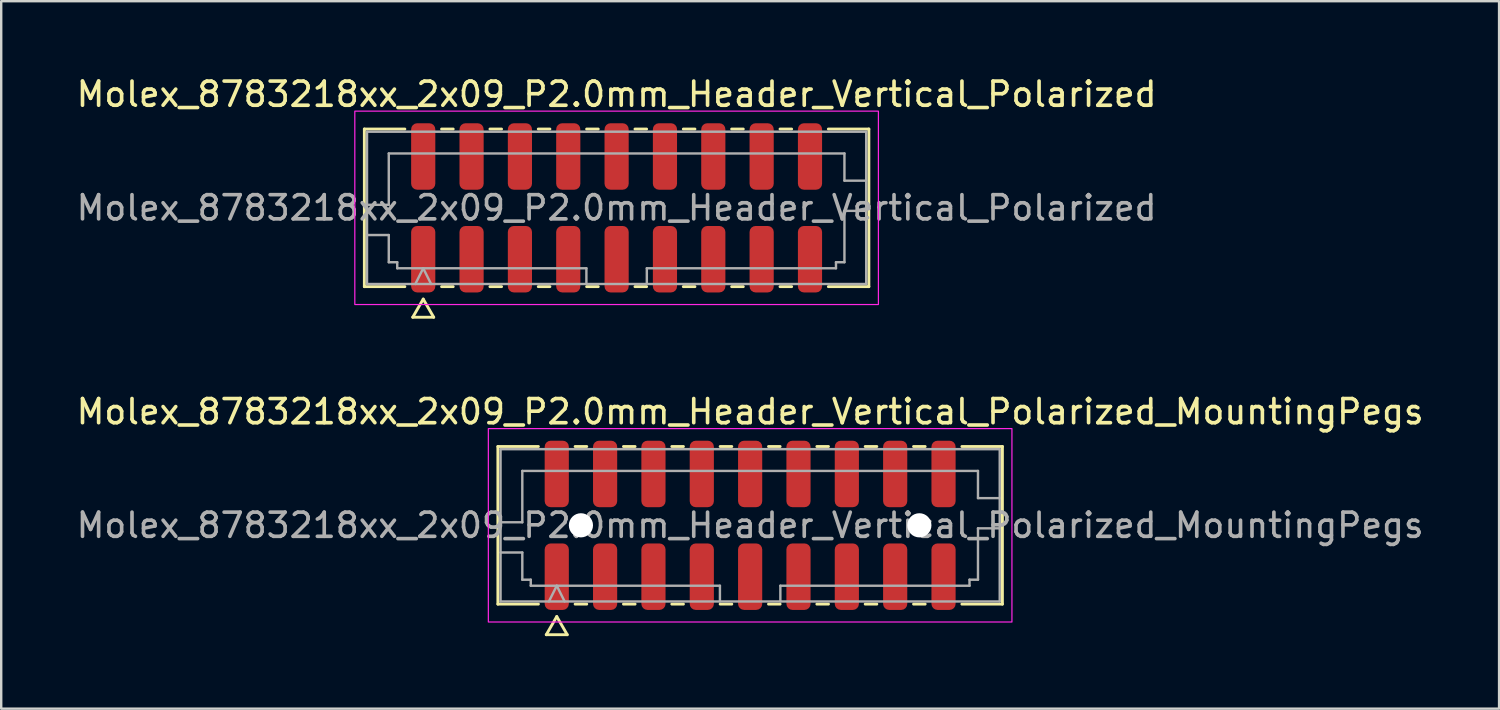
<source format=kicad_pcb>
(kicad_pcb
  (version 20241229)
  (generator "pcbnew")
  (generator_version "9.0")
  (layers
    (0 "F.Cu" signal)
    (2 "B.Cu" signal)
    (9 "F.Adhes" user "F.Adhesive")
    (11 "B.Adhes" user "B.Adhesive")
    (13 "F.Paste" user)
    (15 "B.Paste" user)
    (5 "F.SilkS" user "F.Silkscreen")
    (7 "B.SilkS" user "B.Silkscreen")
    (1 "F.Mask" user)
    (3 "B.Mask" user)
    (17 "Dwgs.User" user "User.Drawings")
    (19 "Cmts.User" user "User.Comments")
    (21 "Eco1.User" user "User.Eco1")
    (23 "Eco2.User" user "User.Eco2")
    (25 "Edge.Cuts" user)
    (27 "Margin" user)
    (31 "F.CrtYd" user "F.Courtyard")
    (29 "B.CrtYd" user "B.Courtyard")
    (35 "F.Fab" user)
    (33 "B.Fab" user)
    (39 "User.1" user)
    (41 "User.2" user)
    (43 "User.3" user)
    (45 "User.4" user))
  (footprint "Molex_8783218xx_2x09_P2.0mm_Header_Vertical_Polarized"
    (layer "F.Cu")
    (at 22.458 5.548)
    (property "Reference" "Molex_8783218xx_2x09_P2.0mm_Header_Vertical_Polarized" (at 0 -4.7 0) (layer "F.SilkS") (effects (font (size 1 1) (thickness 0.15))))
    (attr smd)
    (fp_line (start -10.435 -3.26) (end -8.76 -3.26) (stroke (width 0.12) (type solid)) (layer "F.SilkS"))
    (fp_line (start -10.435 3.26) (end -10.435 -3.26) (stroke (width 0.12) (type solid)) (layer "F.SilkS"))
    (fp_line (start -8.76 3.26) (end -10.435 3.26) (stroke (width 0.12) (type solid)) (layer "F.SilkS"))
    (fp_line (start -8.433 4.525) (end -8 3.775) (stroke (width 0.12) (type solid)) (layer "F.SilkS"))
    (fp_line (start -8 3.775) (end -7.567 4.525) (stroke (width 0.12) (type solid)) (layer "F.SilkS"))
    (fp_line (start -7.567 4.525) (end -8.433 4.525) (stroke (width 0.12) (type solid)) (layer "F.SilkS"))
    (fp_line (start -7.24 -3.26) (end -6.76 -3.26) (stroke (width 0.12) (type solid)) (layer "F.SilkS"))
    (fp_line (start -6.76 3.26) (end -7.24 3.26) (stroke (width 0.12) (type solid)) (layer "F.SilkS"))
    (fp_line (start -5.24 -3.26) (end -4.76 -3.26) (stroke (width 0.12) (type solid)) (layer "F.SilkS"))
    (fp_line (start -4.76 3.26) (end -5.24 3.26) (stroke (width 0.12) (type solid)) (layer "F.SilkS"))
    (fp_line (start -3.24 -3.26) (end -2.76 -3.26) (stroke (width 0.12) (type solid)) (layer "F.SilkS"))
    (fp_line (start -2.76 3.26) (end -3.24 3.26) (stroke (width 0.12) (type solid)) (layer "F.SilkS"))
    (fp_line (start -1.24 -3.26) (end -0.76 -3.26) (stroke (width 0.12) (type solid)) (layer "F.SilkS"))
    (fp_line (start -0.76 3.26) (end -1.24 3.26) (stroke (width 0.12) (type solid)) (layer "F.SilkS"))
    (fp_line (start 0.76 -3.26) (end 1.24 -3.26) (stroke (width 0.12) (type solid)) (layer "F.SilkS"))
    (fp_line (start 1.24 3.26) (end 0.76 3.26) (stroke (width 0.12) (type solid)) (layer "F.SilkS"))
    (fp_line (start 2.76 -3.26) (end 3.24 -3.26) (stroke (width 0.12) (type solid)) (layer "F.SilkS"))
    (fp_line (start 3.24 3.26) (end 2.76 3.26) (stroke (width 0.12) (type solid)) (layer "F.SilkS"))
    (fp_line (start 4.76 -3.26) (end 5.24 -3.26) (stroke (width 0.12) (type solid)) (layer "F.SilkS"))
    (fp_line (start 5.24 3.26) (end 4.76 3.26) (stroke (width 0.12) (type solid)) (layer "F.SilkS"))
    (fp_line (start 6.76 -3.26) (end 7.24 -3.26) (stroke (width 0.12) (type solid)) (layer "F.SilkS"))
    (fp_line (start 7.24 3.26) (end 6.76 3.26) (stroke (width 0.12) (type solid)) (layer "F.SilkS"))
    (fp_line (start 8.76 -3.26) (end 10.435 -3.26) (stroke (width 0.12) (type solid)) (layer "F.SilkS"))
    (fp_line (start 10.435 -3.26) (end 10.435 3.26) (stroke (width 0.12) (type solid)) (layer "F.SilkS"))
    (fp_line (start 10.435 3.26) (end 8.76 3.26) (stroke (width 0.12) (type solid)) (layer "F.SilkS"))
    (fp_rect (start -10.83 -4) (end 10.83 4) (stroke (width 0.05) (type solid)) (fill no) (layer "F.CrtYd"))
    (fp_line (start -10.325 -3.15) (end 10.325 -3.15) (stroke (width 0.1) (type solid)) (layer "F.Fab"))
    (fp_line (start -10.325 -0.125) (end -9.425 -0.125) (stroke (width 0.1) (type solid)) (layer "F.Fab"))
    (fp_line (start -10.325 1.125) (end -9.425 1.125) (stroke (width 0.1) (type solid)) (layer "F.Fab"))
    (fp_line (start -10.325 3.15) (end -10.325 -3.15) (stroke (width 0.1) (type solid)) (layer "F.Fab"))
    (fp_line (start -9.425 -2.25) (end 9.425 -2.25) (stroke (width 0.1) (type solid)) (layer "F.Fab"))
    (fp_line (start -9.425 -0.125) (end -9.425 -2.25) (stroke (width 0.1) (type solid)) (layer "F.Fab"))
    (fp_line (start -9.425 1.125) (end -9.425 2.25) (stroke (width 0.1) (type solid)) (layer "F.Fab"))
    (fp_line (start -9.425 2.25) (end -9.075 2.25) (stroke (width 0.1) (type solid)) (layer "F.Fab"))
    (fp_line (start -9.075 2.25) (end -9.075 2.5) (stroke (width 0.1) (type solid)) (layer "F.Fab"))
    (fp_line (start -9.075 2.5) (end -1.25 2.5) (stroke (width 0.1) (type solid)) (layer "F.Fab"))
    (fp_line (start -8.325 3.15) (end -8 2.5) (stroke (width 0.1) (type solid)) (layer "F.Fab"))
    (fp_line (start -8 2.5) (end -7.675 3.15) (stroke (width 0.1) (type solid)) (layer "F.Fab"))
    (fp_line (start -1.25 2.5) (end -1.25 3.15) (stroke (width 0.1) (type solid)) (layer "F.Fab"))
    (fp_line (start 1.25 2.5) (end 1.25 3.15) (stroke (width 0.1) (type solid)) (layer "F.Fab"))
    (fp_line (start 1.25 2.5) (end 9.075 2.5) (stroke (width 0.1) (type solid)) (layer "F.Fab"))
    (fp_line (start 9.075 2.25) (end 9.425 2.25) (stroke (width 0.1) (type solid)) (layer "F.Fab"))
    (fp_line (start 9.075 2.5) (end 9.075 2.25) (stroke (width 0.1) (type solid)) (layer "F.Fab"))
    (fp_line (start 9.425 -2.25) (end 9.425 -1.125) (stroke (width 0.1) (type solid)) (layer "F.Fab"))
    (fp_line (start 9.425 -1.125) (end 10.325 -1.125) (stroke (width 0.1) (type solid)) (layer "F.Fab"))
    (fp_line (start 9.425 0.125) (end 10.325 0.125) (stroke (width 0.1) (type solid)) (layer "F.Fab"))
    (fp_line (start 9.425 2.25) (end 9.425 0.125) (stroke (width 0.1) (type solid)) (layer "F.Fab"))
    (fp_line (start 10.325 -3.15) (end 10.325 3.15) (stroke (width 0.1) (type solid)) (layer "F.Fab"))
    (fp_line (start 10.325 3.15) (end -10.325 3.15) (stroke (width 0.1) (type solid)) (layer "F.Fab"))
    (fp_text user "${REFERENCE}" (at 0 0 0) (layer "F.Fab") (effects (font (size 1 1) (thickness 0.15))))
    (pad "1" smd roundrect (at -8 2.125) (size 1 2.75) (layers "F.Cu" "F.Mask" "F.Paste") (roundrect_rratio 0.25))
    (pad "2" smd roundrect (at -8 -2.125) (size 1 2.75) (layers "F.Cu" "F.Mask" "F.Paste") (roundrect_rratio 0.25))
    (pad "3" smd roundrect (at -6 2.125) (size 1 2.75) (layers "F.Cu" "F.Mask" "F.Paste") (roundrect_rratio 0.25))
    (pad "4" smd roundrect (at -6 -2.125) (size 1 2.75) (layers "F.Cu" "F.Mask" "F.Paste") (roundrect_rratio 0.25))
    (pad "5" smd roundrect (at -4 2.125) (size 1 2.75) (layers "F.Cu" "F.Mask" "F.Paste") (roundrect_rratio 0.25))
    (pad "6" smd roundrect (at -4 -2.125) (size 1 2.75) (layers "F.Cu" "F.Mask" "F.Paste") (roundrect_rratio 0.25))
    (pad "7" smd roundrect (at -2 2.125) (size 1 2.75) (layers "F.Cu" "F.Mask" "F.Paste") (roundrect_rratio 0.25))
    (pad "8" smd roundrect (at -2 -2.125) (size 1 2.75) (layers "F.Cu" "F.Mask" "F.Paste") (roundrect_rratio 0.25))
    (pad "9" smd roundrect (at 0 2.125) (size 1 2.75) (layers "F.Cu" "F.Mask" "F.Paste") (roundrect_rratio 0.25))
    (pad "10" smd roundrect (at 0 -2.125) (size 1 2.75) (layers "F.Cu" "F.Mask" "F.Paste") (roundrect_rratio 0.25))
    (pad "11" smd roundrect (at 2 2.125) (size 1 2.75) (layers "F.Cu" "F.Mask" "F.Paste") (roundrect_rratio 0.25))
    (pad "12" smd roundrect (at 2 -2.125) (size 1 2.75) (layers "F.Cu" "F.Mask" "F.Paste") (roundrect_rratio 0.25))
    (pad "13" smd roundrect (at 4 2.125) (size 1 2.75) (layers "F.Cu" "F.Mask" "F.Paste") (roundrect_rratio 0.25))
    (pad "14" smd roundrect (at 4 -2.125) (size 1 2.75) (layers "F.Cu" "F.Mask" "F.Paste") (roundrect_rratio 0.25))
    (pad "15" smd roundrect (at 6 2.125) (size 1 2.75) (layers "F.Cu" "F.Mask" "F.Paste") (roundrect_rratio 0.25))
    (pad "16" smd roundrect (at 6 -2.125) (size 1 2.75) (layers "F.Cu" "F.Mask" "F.Paste") (roundrect_rratio 0.25))
    (pad "17" smd roundrect (at 8 2.125) (size 1 2.75) (layers "F.Cu" "F.Mask" "F.Paste") (roundrect_rratio 0.25))
    (pad "18" smd roundrect (at 8 -2.125) (size 1 2.75) (layers "F.Cu" "F.Mask" "F.Paste") (roundrect_rratio 0.25)))
  (footprint "Molex_8783218xx_2x09_P2.0mm_Header_Vertical_Polarized_MountingPegs"
    (layer "F.Cu")
    (at 27.982 18.681)
    (property "Reference" "Molex_8783218xx_2x09_P2.0mm_Header_Vertical_Polarized_MountingPegs" (at 0 -4.7 0) (layer "F.SilkS") (effects (font (size 1 1) (thickness 0.15))))
    (attr smd)
    (fp_line (start -10.435 -3.26) (end -8.76 -3.26) (stroke (width 0.12) (type solid)) (layer "F.SilkS"))
    (fp_line (start -10.435 3.26) (end -10.435 -3.26) (stroke (width 0.12) (type solid)) (layer "F.SilkS"))
    (fp_line (start -8.76 3.26) (end -10.435 3.26) (stroke (width 0.12) (type solid)) (layer "F.SilkS"))
    (fp_line (start -8.433 4.525) (end -8 3.775) (stroke (width 0.12) (type solid)) (layer "F.SilkS"))
    (fp_line (start -8 3.775) (end -7.567 4.525) (stroke (width 0.12) (type solid)) (layer "F.SilkS"))
    (fp_line (start -7.567 4.525) (end -8.433 4.525) (stroke (width 0.12) (type solid)) (layer "F.SilkS"))
    (fp_line (start -7.24 -3.26) (end -6.76 -3.26) (stroke (width 0.12) (type solid)) (layer "F.SilkS"))
    (fp_line (start -6.76 3.26) (end -7.24 3.26) (stroke (width 0.12) (type solid)) (layer "F.SilkS"))
    (fp_line (start -5.24 -3.26) (end -4.76 -3.26) (stroke (width 0.12) (type solid)) (layer "F.SilkS"))
    (fp_line (start -4.76 3.26) (end -5.24 3.26) (stroke (width 0.12) (type solid)) (layer "F.SilkS"))
    (fp_line (start -3.24 -3.26) (end -2.76 -3.26) (stroke (width 0.12) (type solid)) (layer "F.SilkS"))
    (fp_line (start -2.76 3.26) (end -3.24 3.26) (stroke (width 0.12) (type solid)) (layer "F.SilkS"))
    (fp_line (start -1.24 -3.26) (end -0.76 -3.26) (stroke (width 0.12) (type solid)) (layer "F.SilkS"))
    (fp_line (start -0.76 3.26) (end -1.24 3.26) (stroke (width 0.12) (type solid)) (layer "F.SilkS"))
    (fp_line (start 0.76 -3.26) (end 1.24 -3.26) (stroke (width 0.12) (type solid)) (layer "F.SilkS"))
    (fp_line (start 1.24 3.26) (end 0.76 3.26) (stroke (width 0.12) (type solid)) (layer "F.SilkS"))
    (fp_line (start 2.76 -3.26) (end 3.24 -3.26) (stroke (width 0.12) (type solid)) (layer "F.SilkS"))
    (fp_line (start 3.24 3.26) (end 2.76 3.26) (stroke (width 0.12) (type solid)) (layer "F.SilkS"))
    (fp_line (start 4.76 -3.26) (end 5.24 -3.26) (stroke (width 0.12) (type solid)) (layer "F.SilkS"))
    (fp_line (start 5.24 3.26) (end 4.76 3.26) (stroke (width 0.12) (type solid)) (layer "F.SilkS"))
    (fp_line (start 6.76 -3.26) (end 7.24 -3.26) (stroke (width 0.12) (type solid)) (layer "F.SilkS"))
    (fp_line (start 7.24 3.26) (end 6.76 3.26) (stroke (width 0.12) (type solid)) (layer "F.SilkS"))
    (fp_line (start 8.76 -3.26) (end 10.435 -3.26) (stroke (width 0.12) (type solid)) (layer "F.SilkS"))
    (fp_line (start 10.435 -3.26) (end 10.435 3.26) (stroke (width 0.12) (type solid)) (layer "F.SilkS"))
    (fp_line (start 10.435 3.26) (end 8.76 3.26) (stroke (width 0.12) (type solid)) (layer "F.SilkS"))
    (fp_rect (start -10.83 -4) (end 10.83 4) (stroke (width 0.05) (type solid)) (fill no) (layer "F.CrtYd"))
    (fp_line (start -10.325 -3.15) (end 10.325 -3.15) (stroke (width 0.1) (type solid)) (layer "F.Fab"))
    (fp_line (start -10.325 -0.125) (end -9.425 -0.125) (stroke (width 0.1) (type solid)) (layer "F.Fab"))
    (fp_line (start -10.325 1.125) (end -9.425 1.125) (stroke (width 0.1) (type solid)) (layer "F.Fab"))
    (fp_line (start -10.325 3.15) (end -10.325 -3.15) (stroke (width 0.1) (type solid)) (layer "F.Fab"))
    (fp_line (start -9.425 -2.25) (end 9.425 -2.25) (stroke (width 0.1) (type solid)) (layer "F.Fab"))
    (fp_line (start -9.425 -0.125) (end -9.425 -2.25) (stroke (width 0.1) (type solid)) (layer "F.Fab"))
    (fp_line (start -9.425 1.125) (end -9.425 2.25) (stroke (width 0.1) (type solid)) (layer "F.Fab"))
    (fp_line (start -9.425 2.25) (end -9.075 2.25) (stroke (width 0.1) (type solid)) (layer "F.Fab"))
    (fp_line (start -9.075 2.25) (end -9.075 2.5) (stroke (width 0.1) (type solid)) (layer "F.Fab"))
    (fp_line (start -9.075 2.5) (end -1.25 2.5) (stroke (width 0.1) (type solid)) (layer "F.Fab"))
    (fp_line (start -8.325 3.15) (end -8 2.5) (stroke (width 0.1) (type solid)) (layer "F.Fab"))
    (fp_line (start -8 2.5) (end -7.675 3.15) (stroke (width 0.1) (type solid)) (layer "F.Fab"))
    (fp_line (start -1.25 2.5) (end -1.25 3.15) (stroke (width 0.1) (type solid)) (layer "F.Fab"))
    (fp_line (start 1.25 2.5) (end 1.25 3.15) (stroke (width 0.1) (type solid)) (layer "F.Fab"))
    (fp_line (start 1.25 2.5) (end 9.075 2.5) (stroke (width 0.1) (type solid)) (layer "F.Fab"))
    (fp_line (start 9.075 2.25) (end 9.425 2.25) (stroke (width 0.1) (type solid)) (layer "F.Fab"))
    (fp_line (start 9.075 2.5) (end 9.075 2.25) (stroke (width 0.1) (type solid)) (layer "F.Fab"))
    (fp_line (start 9.425 -2.25) (end 9.425 -1.125) (stroke (width 0.1) (type solid)) (layer "F.Fab"))
    (fp_line (start 9.425 -1.125) (end 10.325 -1.125) (stroke (width 0.1) (type solid)) (layer "F.Fab"))
    (fp_line (start 9.425 0.125) (end 10.325 0.125) (stroke (width 0.1) (type solid)) (layer "F.Fab"))
    (fp_line (start 9.425 2.25) (end 9.425 0.125) (stroke (width 0.1) (type solid)) (layer "F.Fab"))
    (fp_line (start 10.325 -3.15) (end 10.325 3.15) (stroke (width 0.1) (type solid)) (layer "F.Fab"))
    (fp_line (start 10.325 3.15) (end -10.325 3.15) (stroke (width 0.1) (type solid)) (layer "F.Fab"))
    (fp_text user "${REFERENCE}" (at 0 0 0) (layer "F.Fab") (effects (font (size 1 1) (thickness 0.15))))
    (pad "" np_thru_hole circle (at -7 0) (size 1 1) (drill 1) (layers "*.Cu" "*.Mask"))
    (pad "" np_thru_hole circle (at 7 0) (size 1 1) (drill 1) (layers "*.Cu" "*.Mask"))
    (pad "1" smd roundrect (at -8 2.125) (size 1 2.75) (layers "F.Cu" "F.Mask" "F.Paste") (roundrect_rratio 0.25))
    (pad "2" smd roundrect (at -8 -2.125) (size 1 2.75) (layers "F.Cu" "F.Mask" "F.Paste") (roundrect_rratio 0.25))
    (pad "3" smd roundrect (at -6 2.125) (size 1 2.75) (layers "F.Cu" "F.Mask" "F.Paste") (roundrect_rratio 0.25))
    (pad "4" smd roundrect (at -6 -2.125) (size 1 2.75) (layers "F.Cu" "F.Mask" "F.Paste") (roundrect_rratio 0.25))
    (pad "5" smd roundrect (at -4 2.125) (size 1 2.75) (layers "F.Cu" "F.Mask" "F.Paste") (roundrect_rratio 0.25))
    (pad "6" smd roundrect (at -4 -2.125) (size 1 2.75) (layers "F.Cu" "F.Mask" "F.Paste") (roundrect_rratio 0.25))
    (pad "7" smd roundrect (at -2 2.125) (size 1 2.75) (layers "F.Cu" "F.Mask" "F.Paste") (roundrect_rratio 0.25))
    (pad "8" smd roundrect (at -2 -2.125) (size 1 2.75) (layers "F.Cu" "F.Mask" "F.Paste") (roundrect_rratio 0.25))
    (pad "9" smd roundrect (at 0 2.125) (size 1 2.75) (layers "F.Cu" "F.Mask" "F.Paste") (roundrect_rratio 0.25))
    (pad "10" smd roundrect (at 0 -2.125) (size 1 2.75) (layers "F.Cu" "F.Mask" "F.Paste") (roundrect_rratio 0.25))
    (pad "11" smd roundrect (at 2 2.125) (size 1 2.75) (layers "F.Cu" "F.Mask" "F.Paste") (roundrect_rratio 0.25))
    (pad "12" smd roundrect (at 2 -2.125) (size 1 2.75) (layers "F.Cu" "F.Mask" "F.Paste") (roundrect_rratio 0.25))
    (pad "13" smd roundrect (at 4 2.125) (size 1 2.75) (layers "F.Cu" "F.Mask" "F.Paste") (roundrect_rratio 0.25))
    (pad "14" smd roundrect (at 4 -2.125) (size 1 2.75) (layers "F.Cu" "F.Mask" "F.Paste") (roundrect_rratio 0.25))
    (pad "15" smd roundrect (at 6 2.125) (size 1 2.75) (layers "F.Cu" "F.Mask" "F.Paste") (roundrect_rratio 0.25))
    (pad "16" smd roundrect (at 6 -2.125) (size 1 2.75) (layers "F.Cu" "F.Mask" "F.Paste") (roundrect_rratio 0.25))
    (pad "17" smd roundrect (at 8 2.125) (size 1 2.75) (layers "F.Cu" "F.Mask" "F.Paste") (roundrect_rratio 0.25))
    (pad "18" smd roundrect (at 8 -2.125) (size 1 2.75) (layers "F.Cu" "F.Mask" "F.Paste") (roundrect_rratio 0.25)))
  (gr_rect
    (start -3 -3)
    (end 58.964 26.267)
    (stroke (width 0.1) (type default))
    (fill no)
    (layer "Edge.Cuts")))
</source>
